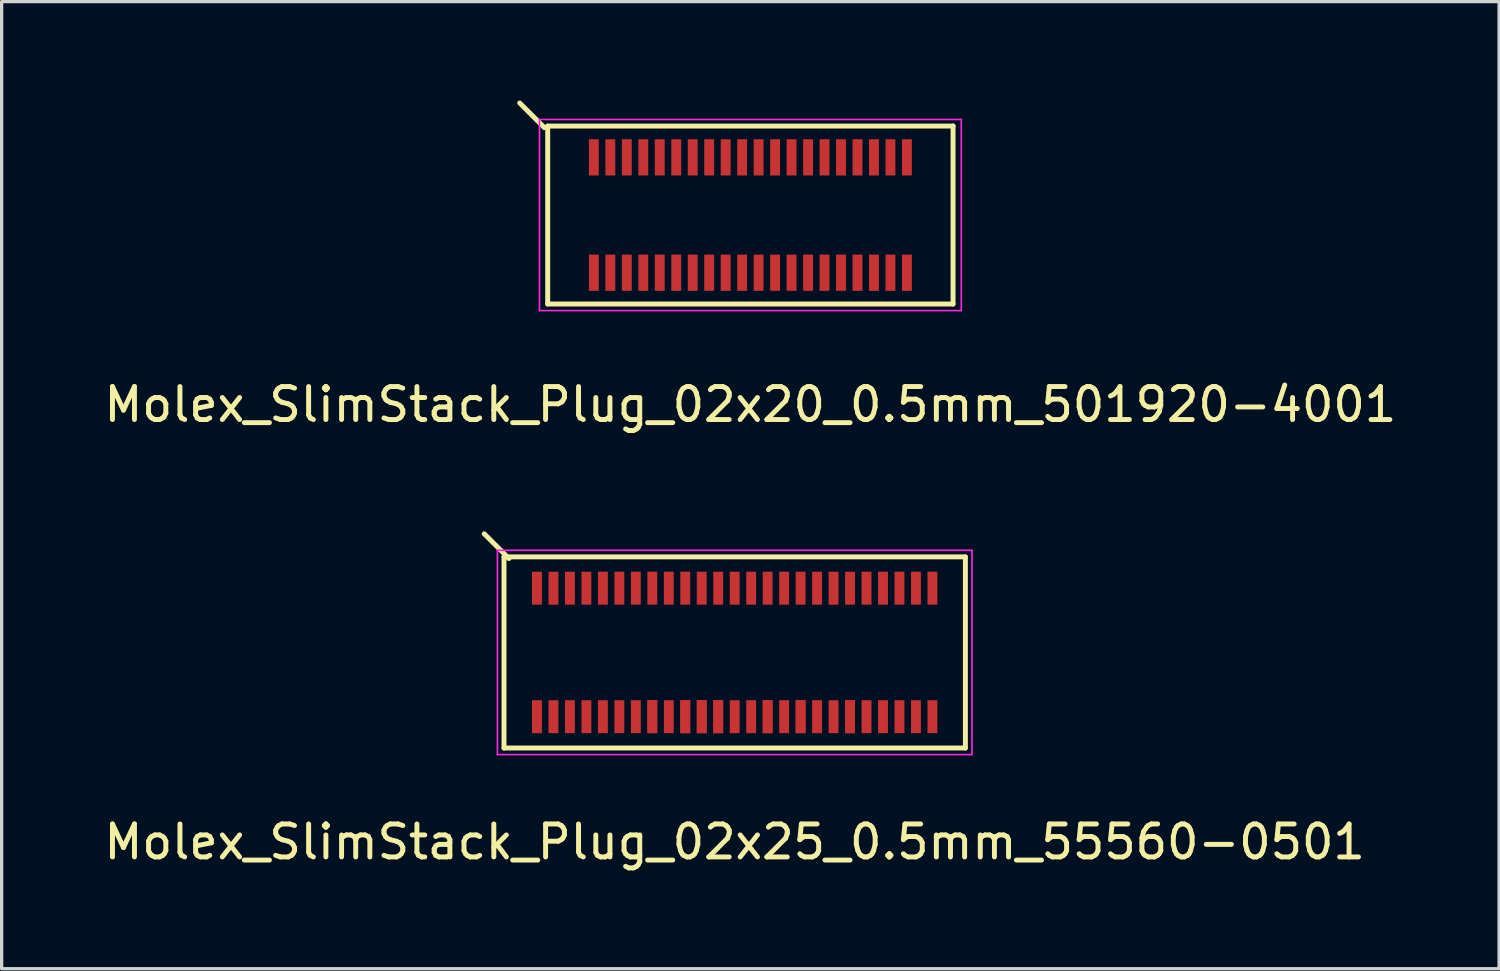
<source format=kicad_pcb>
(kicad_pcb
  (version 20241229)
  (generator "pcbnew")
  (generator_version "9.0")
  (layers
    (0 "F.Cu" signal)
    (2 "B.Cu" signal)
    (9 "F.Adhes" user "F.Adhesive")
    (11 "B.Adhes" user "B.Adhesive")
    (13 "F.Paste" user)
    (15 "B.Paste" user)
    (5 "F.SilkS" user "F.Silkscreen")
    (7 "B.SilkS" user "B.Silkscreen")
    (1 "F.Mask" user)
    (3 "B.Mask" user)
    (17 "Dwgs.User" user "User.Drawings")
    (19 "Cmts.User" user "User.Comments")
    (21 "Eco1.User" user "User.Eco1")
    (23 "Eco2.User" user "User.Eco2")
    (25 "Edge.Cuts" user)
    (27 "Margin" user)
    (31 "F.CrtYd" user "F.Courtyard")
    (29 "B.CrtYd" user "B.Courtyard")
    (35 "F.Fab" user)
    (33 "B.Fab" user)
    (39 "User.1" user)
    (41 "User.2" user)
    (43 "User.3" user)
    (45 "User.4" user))
  (footprint "Molex_SlimStack_Plug_02x20_0.5mm_501920-4001"
    (layer "F.Cu")
    (at 19.72 3.475)
    (property "Reference" "Molex_SlimStack_Plug_02x20_0.5mm_501920-4001" (at 0 5.75 0) (layer "F.SilkS") (effects (font (size 1 1) (thickness 0.15))))
    (attr smd)
    (fp_line (start -6.25 -2.65) (end -7 -3.4) (stroke (width 0.15) (type solid)) (layer "F.SilkS"))
    (fp_line (start -6.15 -2.7) (end -6.15 2.7) (stroke (width 0.15) (type solid)) (layer "F.SilkS"))
    (fp_line (start -6.15 2.7) (end 6.15 2.7) (stroke (width 0.15) (type solid)) (layer "F.SilkS"))
    (fp_line (start 6.15 -2.7) (end -6.15 -2.7) (stroke (width 0.15) (type solid)) (layer "F.SilkS"))
    (fp_line (start 6.15 2.7) (end 6.15 -2.7) (stroke (width 0.15) (type solid)) (layer "F.SilkS"))
    (fp_line (start -6.4 -2.9) (end -6.4 2.9) (stroke (width 0.05) (type solid)) (layer "F.CrtYd"))
    (fp_line (start -6.4 2.9) (end 6.4 2.9) (stroke (width 0.05) (type solid)) (layer "F.CrtYd"))
    (fp_line (start 6.4 -2.9) (end -6.4 -2.9) (stroke (width 0.05) (type solid)) (layer "F.CrtYd"))
    (fp_line (start 6.4 2.9) (end 6.4 -2.9) (stroke (width 0.05) (type solid)) (layer "F.CrtYd"))
    (pad "1" smd rect (at -4.75 -1.75) (size 0.3 1.1) (layers "F.Cu" "F.Mask" "F.Paste"))
    (pad "2" smd rect (at -4.75 1.75) (size 0.3 1.1) (layers "F.Cu" "F.Mask" "F.Paste"))
    (pad "3" smd rect (at -4.25 -1.75) (size 0.3 1.1) (layers "F.Cu" "F.Mask" "F.Paste"))
    (pad "4" smd rect (at -4.25 1.75) (size 0.3 1.1) (layers "F.Cu" "F.Mask" "F.Paste"))
    (pad "5" smd rect (at -3.75 -1.75) (size 0.3 1.1) (layers "F.Cu" "F.Mask" "F.Paste"))
    (pad "6" smd rect (at -3.75 1.75) (size 0.3 1.1) (layers "F.Cu" "F.Mask" "F.Paste"))
    (pad "7" smd rect (at -3.25 -1.75) (size 0.3 1.1) (layers "F.Cu" "F.Mask" "F.Paste"))
    (pad "8" smd rect (at -3.25 1.75) (size 0.3 1.1) (layers "F.Cu" "F.Mask" "F.Paste"))
    (pad "9" smd rect (at -2.75 -1.75) (size 0.3 1.1) (layers "F.Cu" "F.Mask" "F.Paste"))
    (pad "10" smd rect (at -2.75 1.75) (size 0.3 1.1) (layers "F.Cu" "F.Mask" "F.Paste"))
    (pad "11" smd rect (at -2.25 -1.75) (size 0.3 1.1) (layers "F.Cu" "F.Mask" "F.Paste"))
    (pad "12" smd rect (at -2.25 1.75) (size 0.3 1.1) (layers "F.Cu" "F.Mask" "F.Paste"))
    (pad "13" smd rect (at -1.75 -1.75) (size 0.3 1.1) (layers "F.Cu" "F.Mask" "F.Paste"))
    (pad "14" smd rect (at -1.75 1.75) (size 0.3 1.1) (layers "F.Cu" "F.Mask" "F.Paste"))
    (pad "15" smd rect (at -1.25 -1.75) (size 0.3 1.1) (layers "F.Cu" "F.Mask" "F.Paste"))
    (pad "16" smd rect (at -1.25 1.75) (size 0.3 1.1) (layers "F.Cu" "F.Mask" "F.Paste"))
    (pad "17" smd rect (at -0.75 -1.75) (size 0.3 1.1) (layers "F.Cu" "F.Mask" "F.Paste"))
    (pad "18" smd rect (at -0.75 1.75) (size 0.3 1.1) (layers "F.Cu" "F.Mask" "F.Paste"))
    (pad "19" smd rect (at -0.25 -1.75) (size 0.3 1.1) (layers "F.Cu" "F.Mask" "F.Paste"))
    (pad "20" smd rect (at -0.25 1.75) (size 0.3 1.1) (layers "F.Cu" "F.Mask" "F.Paste"))
    (pad "21" smd rect (at 0.25 -1.75) (size 0.3 1.1) (layers "F.Cu" "F.Mask" "F.Paste"))
    (pad "22" smd rect (at 0.25 1.75) (size 0.3 1.1) (layers "F.Cu" "F.Mask" "F.Paste"))
    (pad "23" smd rect (at 0.75 -1.75) (size 0.3 1.1) (layers "F.Cu" "F.Mask" "F.Paste"))
    (pad "24" smd rect (at 0.75 1.75) (size 0.3 1.1) (layers "F.Cu" "F.Mask" "F.Paste"))
    (pad "25" smd rect (at 1.25 -1.75) (size 0.3 1.1) (layers "F.Cu" "F.Mask" "F.Paste"))
    (pad "26" smd rect (at 1.25 1.75) (size 0.3 1.1) (layers "F.Cu" "F.Mask" "F.Paste"))
    (pad "27" smd rect (at 1.75 -1.75) (size 0.3 1.1) (layers "F.Cu" "F.Mask" "F.Paste"))
    (pad "28" smd rect (at 1.75 1.75) (size 0.3 1.1) (layers "F.Cu" "F.Mask" "F.Paste"))
    (pad "29" smd rect (at 2.25 -1.75) (size 0.3 1.1) (layers "F.Cu" "F.Mask" "F.Paste"))
    (pad "30" smd rect (at 2.25 1.75) (size 0.3 1.1) (layers "F.Cu" "F.Mask" "F.Paste"))
    (pad "31" smd rect (at 2.75 -1.75) (size 0.3 1.1) (layers "F.Cu" "F.Mask" "F.Paste"))
    (pad "32" smd rect (at 2.75 1.75) (size 0.3 1.1) (layers "F.Cu" "F.Mask" "F.Paste"))
    (pad "33" smd rect (at 3.25 -1.75) (size 0.3 1.1) (layers "F.Cu" "F.Mask" "F.Paste"))
    (pad "34" smd rect (at 3.25 1.75) (size 0.3 1.1) (layers "F.Cu" "F.Mask" "F.Paste"))
    (pad "35" smd rect (at 3.75 -1.75) (size 0.3 1.1) (layers "F.Cu" "F.Mask" "F.Paste"))
    (pad "36" smd rect (at 3.75 1.75) (size 0.3 1.1) (layers "F.Cu" "F.Mask" "F.Paste"))
    (pad "37" smd rect (at 4.25 -1.75) (size 0.3 1.1) (layers "F.Cu" "F.Mask" "F.Paste"))
    (pad "38" smd rect (at 4.25 1.75) (size 0.3 1.1) (layers "F.Cu" "F.Mask" "F.Paste"))
    (pad "39" smd rect (at 4.75 -1.75) (size 0.3 1.1) (layers "F.Cu" "F.Mask" "F.Paste"))
    (pad "40" smd rect (at 4.75 1.75) (size 0.3 1.1) (layers "F.Cu" "F.Mask" "F.Paste")))
  (footprint "Molex_SlimStack_Plug_02x25_0.5mm_55560-0501"
    (layer "F.Cu")
    (at 19.244 16.748)
    (property "Reference" "Molex_SlimStack_Plug_02x25_0.5mm_55560-0501" (at 0 5.75 0) (layer "F.SilkS") (effects (font (size 1 1) (thickness 0.15))))
    (attr smd)
    (fp_line (start -7 -2.9) (end -7 2.9) (stroke (width 0.15) (type solid)) (layer "F.SilkS"))
    (fp_line (start -7 2.9) (end 7 2.9) (stroke (width 0.15) (type solid)) (layer "F.SilkS"))
    (fp_line (start -6.85 -2.85) (end -7.6 -3.6) (stroke (width 0.15) (type solid)) (layer "F.SilkS"))
    (fp_line (start 7 -2.9) (end -7 -2.9) (stroke (width 0.15) (type solid)) (layer "F.SilkS"))
    (fp_line (start 7 2.9) (end 7 -2.9) (stroke (width 0.15) (type solid)) (layer "F.SilkS"))
    (fp_line (start -7.2 -3.1) (end -7.2 3.1) (stroke (width 0.05) (type solid)) (layer "F.CrtYd"))
    (fp_line (start -7.2 3.1) (end 7.2 3.1) (stroke (width 0.05) (type solid)) (layer "F.CrtYd"))
    (fp_line (start 7.2 -3.1) (end -7.2 -3.1) (stroke (width 0.05) (type solid)) (layer "F.CrtYd"))
    (fp_line (start 7.2 3.1) (end 7.2 -3.1) (stroke (width 0.05) (type solid)) (layer "F.CrtYd"))
    (pad "1" smd rect (at -6 -1.95) (size 0.3 1) (layers "F.Cu" "F.Mask" "F.Paste"))
    (pad "2" smd rect (at -6 1.95) (size 0.3 1) (layers "F.Cu" "F.Mask" "F.Paste"))
    (pad "3" smd rect (at -5.5 -1.95) (size 0.3 1) (layers "F.Cu" "F.Mask" "F.Paste"))
    (pad "4" smd rect (at -5.5 1.95) (size 0.3 1) (layers "F.Cu" "F.Mask" "F.Paste"))
    (pad "5" smd rect (at -5 -1.95) (size 0.3 1) (layers "F.Cu" "F.Mask" "F.Paste"))
    (pad "6" smd rect (at -5 1.95) (size 0.3 1) (layers "F.Cu" "F.Mask" "F.Paste"))
    (pad "7" smd rect (at -4.5 -1.95) (size 0.3 1) (layers "F.Cu" "F.Mask" "F.Paste"))
    (pad "8" smd rect (at -4.5 1.95) (size 0.3 1) (layers "F.Cu" "F.Mask" "F.Paste"))
    (pad "9" smd rect (at -4 -1.95) (size 0.3 1) (layers "F.Cu" "F.Mask" "F.Paste"))
    (pad "10" smd rect (at -4 1.95) (size 0.3 1) (layers "F.Cu" "F.Mask" "F.Paste"))
    (pad "11" smd rect (at -3.5 -1.95) (size 0.3 1) (layers "F.Cu" "F.Mask" "F.Paste"))
    (pad "12" smd rect (at -3.5 1.95) (size 0.3 1) (layers "F.Cu" "F.Mask" "F.Paste"))
    (pad "13" smd rect (at -3 -1.95) (size 0.3 1) (layers "F.Cu" "F.Mask" "F.Paste"))
    (pad "14" smd rect (at -3 1.95) (size 0.3 1) (layers "F.Cu" "F.Mask" "F.Paste"))
    (pad "15" smd rect (at -2.5 -1.95) (size 0.3 1) (layers "F.Cu" "F.Mask" "F.Paste"))
    (pad "16" smd rect (at -2.5 1.95) (size 0.3 1) (layers "F.Cu" "F.Mask" "F.Paste"))
    (pad "16" smd rect (at -2.5 1.95) (size 0.3 1) (layers "F.Cu" "F.Mask" "F.Paste"))
    (pad "17" smd rect (at -2 -1.95) (size 0.3 1) (layers "F.Cu" "F.Mask" "F.Paste"))
    (pad "18" smd rect (at -2 1.95) (size 0.3 1) (layers "F.Cu" "F.Mask" "F.Paste"))
    (pad "19" smd rect (at -1.5 -1.95) (size 0.3 1) (layers "F.Cu" "F.Mask" "F.Paste"))
    (pad "20" smd rect (at -1.5 1.95) (size 0.3 1) (layers "F.Cu" "F.Mask" "F.Paste"))
    (pad "20" smd rect (at -1.5 1.95) (size 0.3 1) (layers "F.Cu" "F.Mask" "F.Paste"))
    (pad "21" smd rect (at -1 -1.95) (size 0.3 1) (layers "F.Cu" "F.Mask" "F.Paste"))
    (pad "22" smd rect (at -1 1.95) (size 0.3 1) (layers "F.Cu" "F.Mask" "F.Paste"))
    (pad "22" smd rect (at -1 1.95) (size 0.3 1) (layers "F.Cu" "F.Mask" "F.Paste"))
    (pad "23" smd rect (at -0.5 -1.95) (size 0.3 1) (layers "F.Cu" "F.Mask" "F.Paste"))
    (pad "24" smd rect (at -0.5 1.95) (size 0.3 1) (layers "F.Cu" "F.Mask" "F.Paste"))
    (pad "24" smd rect (at -0.5 1.95) (size 0.3 1) (layers "F.Cu" "F.Mask" "F.Paste"))
    (pad "25" smd rect (at 0 -1.95) (size 0.3 1) (layers "F.Cu" "F.Mask" "F.Paste"))
    (pad "26" smd rect (at 0 1.95) (size 0.3 1) (layers "F.Cu" "F.Mask" "F.Paste"))
    (pad "27" smd rect (at 0.5 -1.95) (size 0.3 1) (layers "F.Cu" "F.Mask" "F.Paste"))
    (pad "28" smd rect (at 0.5 1.95) (size 0.3 1) (layers "F.Cu" "F.Mask" "F.Paste"))
    (pad "29" smd rect (at 1 -1.95) (size 0.3 1) (layers "F.Cu" "F.Mask" "F.Paste"))
    (pad "30" smd rect (at 1 1.95) (size 0.3 1) (layers "F.Cu" "F.Mask" "F.Paste"))
    (pad "30" smd rect (at 1 1.95) (size 0.3 1) (layers "F.Cu" "F.Mask" "F.Paste"))
    (pad "31" smd rect (at 1.5 -1.95) (size 0.3 1) (layers "F.Cu" "F.Mask" "F.Paste"))
    (pad "32" smd rect (at 1.5 1.95) (size 0.3 1) (layers "F.Cu" "F.Mask" "F.Paste"))
    (pad "33" smd rect (at 2 -1.95) (size 0.3 1) (layers "F.Cu" "F.Mask" "F.Paste"))
    (pad "34" smd rect (at 2 1.95) (size 0.3 1) (layers "F.Cu" "F.Mask" "F.Paste"))
    (pad "34" smd rect (at 2 1.95) (size 0.3 1) (layers "F.Cu" "F.Mask" "F.Paste"))
    (pad "35" smd rect (at 2.5 -1.95) (size 0.3 1) (layers "F.Cu" "F.Mask" "F.Paste"))
    (pad "36" smd rect (at 2.5 1.95) (size 0.3 1) (layers "F.Cu" "F.Mask" "F.Paste"))
    (pad "37" smd rect (at 3 -1.95) (size 0.3 1) (layers "F.Cu" "F.Mask" "F.Paste"))
    (pad "38" smd rect (at 3 1.95) (size 0.3 1) (layers "F.Cu" "F.Mask" "F.Paste"))
    (pad "39" smd rect (at 3.5 -1.95) (size 0.3 1) (layers "F.Cu" "F.Mask" "F.Paste"))
    (pad "40" smd rect (at 3.5 1.95) (size 0.3 1) (layers "F.Cu" "F.Mask" "F.Paste"))
    (pad "40" smd rect (at 3.5 1.95) (size 0.3 1) (layers "F.Cu" "F.Mask" "F.Paste"))
    (pad "41" smd rect (at 4 -1.95) (size 0.3 1) (layers "F.Cu" "F.Mask" "F.Paste"))
    (pad "42" smd rect (at 4 1.95) (size 0.3 1) (layers "F.Cu" "F.Mask" "F.Paste"))
    (pad "43" smd rect (at 4.5 -1.95) (size 0.3 1) (layers "F.Cu" "F.Mask" "F.Paste"))
    (pad "44" smd rect (at 4.5 1.95) (size 0.3 1) (layers "F.Cu" "F.Mask" "F.Paste"))
    (pad "45" smd rect (at 5 -1.95) (size 0.3 1) (layers "F.Cu" "F.Mask" "F.Paste"))
    (pad "46" smd rect (at 5 1.95) (size 0.3 1) (layers "F.Cu" "F.Mask" "F.Paste"))
    (pad "47" smd rect (at 5.5 -1.95) (size 0.3 1) (layers "F.Cu" "F.Mask" "F.Paste"))
    (pad "48" smd rect (at 5.5 1.95) (size 0.3 1) (layers "F.Cu" "F.Mask" "F.Paste"))
    (pad "49" smd rect (at 6 -1.95) (size 0.3 1) (layers "F.Cu" "F.Mask" "F.Paste"))
    (pad "50" smd rect (at 6 1.95) (size 0.3 1) (layers "F.Cu" "F.Mask" "F.Paste")))
  (gr_rect
    (start -3 -3)
    (end 42.44 26.346)
    (stroke (width 0.1) (type default))
    (fill no)
    (layer "Edge.Cuts")))
</source>
